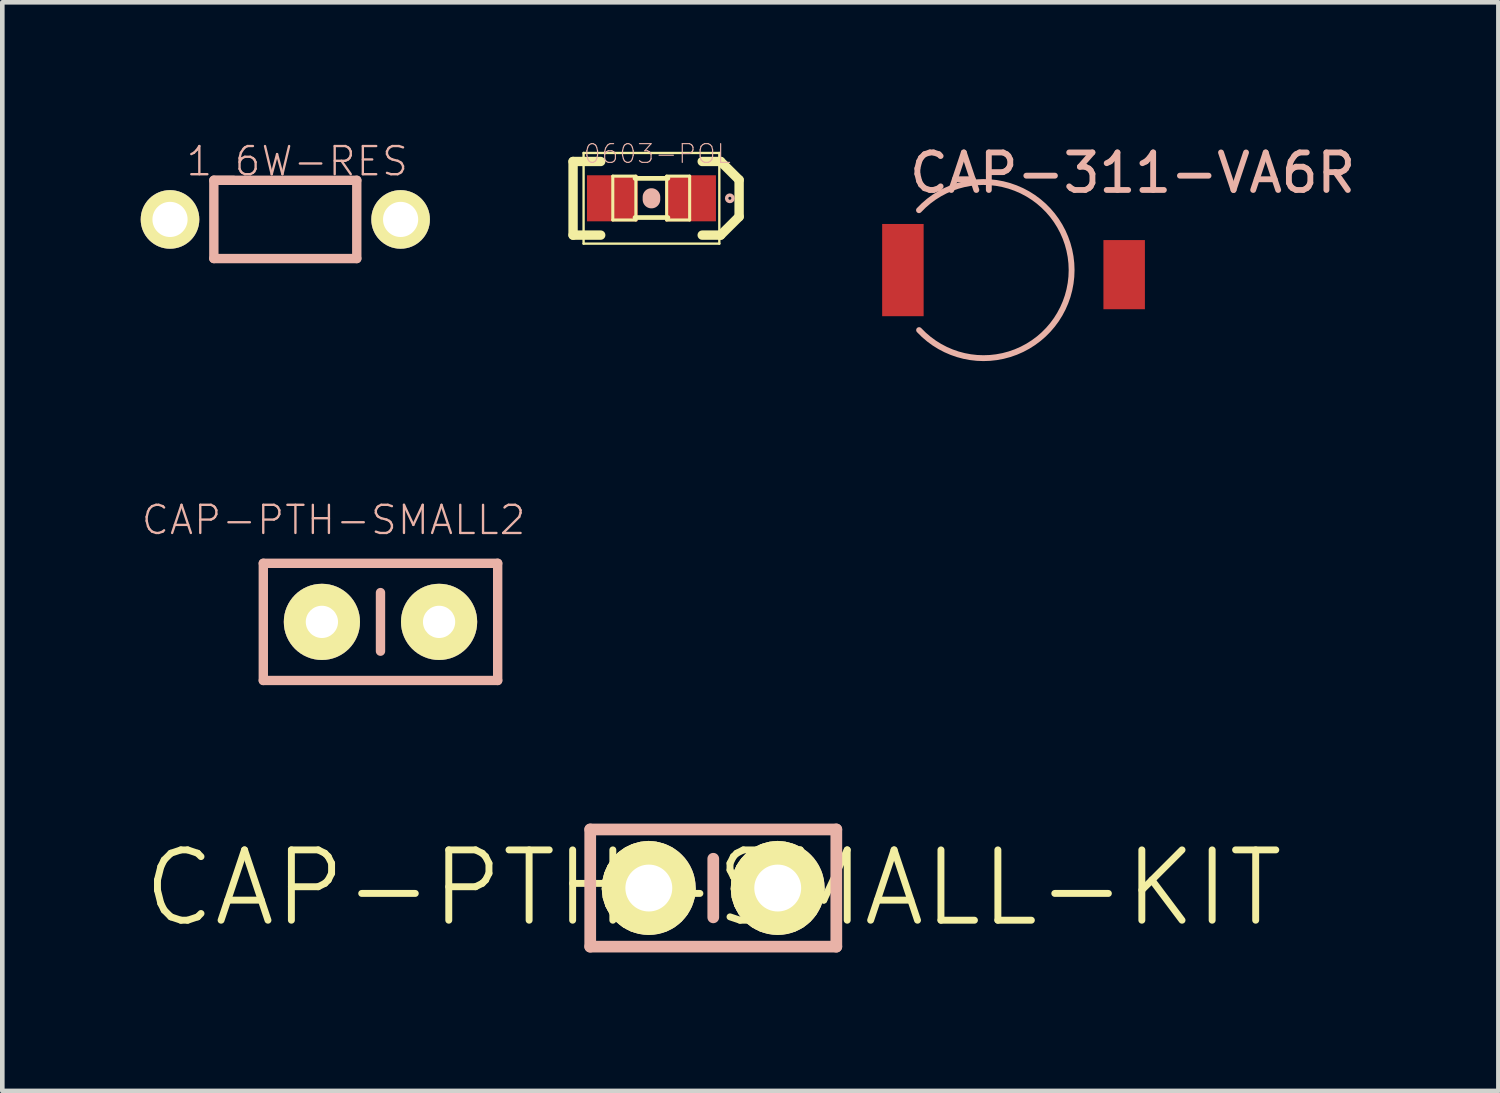
<source format=kicad_pcb>
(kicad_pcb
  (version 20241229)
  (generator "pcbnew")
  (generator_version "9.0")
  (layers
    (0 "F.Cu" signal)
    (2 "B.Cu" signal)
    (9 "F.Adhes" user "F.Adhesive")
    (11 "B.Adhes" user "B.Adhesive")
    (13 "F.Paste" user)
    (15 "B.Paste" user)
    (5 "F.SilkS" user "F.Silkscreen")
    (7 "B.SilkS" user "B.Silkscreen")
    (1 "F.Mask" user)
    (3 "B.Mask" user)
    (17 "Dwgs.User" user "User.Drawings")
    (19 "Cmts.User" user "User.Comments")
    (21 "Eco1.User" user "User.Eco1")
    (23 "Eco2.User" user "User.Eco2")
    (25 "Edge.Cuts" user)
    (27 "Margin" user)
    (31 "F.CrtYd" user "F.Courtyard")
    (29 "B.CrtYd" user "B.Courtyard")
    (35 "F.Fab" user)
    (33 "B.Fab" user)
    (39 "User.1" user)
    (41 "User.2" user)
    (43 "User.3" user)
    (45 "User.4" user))
  (footprint "CAP-311-VA6R"
    (layer "F.Cu")
    (at 18.268 2.804)
    (property "Reference" "CAP-311-VA6R" (at 3.231 -2.106 0) (layer "B.SilkS") (effects (font (size 0.813 0.813) (thickness 0.127))))
    (attr smd)
    (fp_arc (start -1.39954 -1.29794) (mid 1.908758 -0.0019) (end -1.396954 1.300723) (stroke (width 0.127) (type solid)) (layer "B.SilkS"))
    (pad "1" smd rect (at -1.748 0 90) (size 1.999 0.899) (layers "F.Cu" "F.Mask" "F.Paste"))
    (pad "2" smd rect (at 3.048 0.099 90) (size 1.499 0.899) (layers "F.Cu" "F.Mask" "F.Paste")))
  (footprint "1_6W-RES"
    (layer "F.Cu")
    (at 3.134 1.706)
    (property "Reference" "1_6W-RES" (at 0.257 -1.26 0) (layer "B.SilkS") (effects (font (size 0.61 0.61) (thickness 0.051))))
    (attr exclude_from_pos_files exclude_from_bom)
    (fp_line (start -1.549 -0.848) (end -1.549 0.848) (stroke (width 0.203) (type solid)) (layer "B.SilkS"))
    (fp_line (start -1.549 0.848) (end 1.549 0.848) (stroke (width 0.203) (type solid)) (layer "B.SilkS"))
    (fp_line (start 1.549 -0.848) (end -1.549 -0.848) (stroke (width 0.203) (type solid)) (layer "B.SilkS"))
    (fp_line (start 1.549 0.848) (end 1.549 -0.848) (stroke (width 0.203) (type solid)) (layer "B.SilkS"))
    (pad "1" thru_hole circle (at -2.499 0) (size 1.27 1.27) (drill 0.762) (layers "*.Cu" "F.Mask" "F.SilkS" "F.Paste"))
    (pad "2" thru_hole circle (at 2.499 0) (size 1.27 1.27) (drill 0.762) (layers "*.Cu" "F.Mask" "F.SilkS" "F.Paste")))
  (footprint "0603-POL"
    (layer "F.Cu")
    (at 11.07 1.248)
    (property "Reference" "0603-POL" (at 0.127 -0.965 0) (layer "B.SilkS") (effects (font (size 0.406 0.406) (thickness 0.025))))
    (attr smd)
    (fp_line (start -1.699 -0.798) (end -1.1 -0.798) (stroke (width 0.203) (type solid)) (layer "F.SilkS"))
    (fp_line (start -1.699 0.798) (end -1.699 -0.798) (stroke (width 0.203) (type solid)) (layer "F.SilkS"))
    (fp_line (start -1.471 -0.983) (end 1.471 -0.983) (stroke (width 0.051) (type solid)) (layer "F.SilkS"))
    (fp_line (start -1.471 0.983) (end -1.471 -0.983) (stroke (width 0.051) (type solid)) (layer "F.SilkS"))
    (fp_line (start -1.1 0.798) (end -1.699 0.798) (stroke (width 0.203) (type solid)) (layer "F.SilkS"))
    (fp_line (start -0.838 -0.48) (end -0.338 -0.48) (stroke (width 0.066) (type solid)) (layer "F.SilkS"))
    (fp_line (start -0.838 0.47) (end -0.838 -0.48) (stroke (width 0.066) (type solid)) (layer "F.SilkS"))
    (fp_line (start -0.838 0.47) (end -0.338 0.47) (stroke (width 0.066) (type solid)) (layer "F.SilkS"))
    (fp_line (start -0.356 -0.432) (end 0.356 -0.432) (stroke (width 0.102) (type solid)) (layer "F.SilkS"))
    (fp_line (start -0.356 0.417) (end 0.356 0.417) (stroke (width 0.102) (type solid)) (layer "F.SilkS"))
    (fp_line (start -0.338 0.47) (end -0.338 -0.48) (stroke (width 0.066) (type solid)) (layer "F.SilkS"))
    (fp_line (start 0.33 -0.48) (end 0.828 -0.48) (stroke (width 0.066) (type solid)) (layer "F.SilkS"))
    (fp_line (start 0.33 0.47) (end 0.33 -0.48) (stroke (width 0.066) (type solid)) (layer "F.SilkS"))
    (fp_line (start 0.33 0.47) (end 0.828 0.47) (stroke (width 0.066) (type solid)) (layer "F.SilkS"))
    (fp_line (start 0.828 0.47) (end 0.828 -0.48) (stroke (width 0.066) (type solid)) (layer "F.SilkS"))
    (fp_line (start 1.1 0.798) (end 1.499 0.798) (stroke (width 0.203) (type solid)) (layer "F.SilkS"))
    (fp_line (start 1.471 -0.983) (end 1.471 0.983) (stroke (width 0.051) (type solid)) (layer "F.SilkS"))
    (fp_line (start 1.471 0.983) (end -1.471 0.983) (stroke (width 0.051) (type solid)) (layer "F.SilkS"))
    (fp_line (start 1.499 -0.798) (end 1.1 -0.798) (stroke (width 0.203) (type solid)) (layer "F.SilkS"))
    (fp_line (start 1.499 0.798) (end 1.9 0.399) (stroke (width 0.203) (type solid)) (layer "F.SilkS"))
    (fp_line (start 1.9 -0.399) (end 1.499 -0.798) (stroke (width 0.203) (type solid)) (layer "F.SilkS"))
    (fp_line (start 1.9 0.399) (end 1.9 -0.399) (stroke (width 0.203) (type solid)) (layer "F.SilkS"))
    (fp_line (start 0 -0.028) (end 0 0.028) (stroke (width 0.381) (type solid)) (layer "B.SilkS"))
    (fp_circle (center 1.699 0) (end 1.722 0.023) (stroke (width 0.074) (type solid)) (fill no) (layer "B.SilkS"))
    (pad "A" smd rect (at 0.848 0) (size 1.1 0.998) (layers "F.Cu" "F.Mask" "F.Paste"))
    (pad "K" smd rect (at -0.848 0) (size 1.1 0.998) (layers "F.Cu" "F.Mask" "F.Paste")))
  (footprint "CAP-PTH-SMALL2"
    (layer "F.Cu")
    (at 3.927 10.429)
    (property "Reference" "CAP-PTH-SMALL2" (at 0.254 -2.207 0) (layer "B.SilkS") (effects (font (size 0.61 0.61) (thickness 0.051))))
    (attr exclude_from_pos_files exclude_from_bom)
    (fp_line (start -1.27 -1.27) (end 3.81 -1.27) (stroke (width 0.203) (type solid)) (layer "B.SilkS"))
    (fp_line (start -1.27 1.27) (end -1.27 -1.27) (stroke (width 0.203) (type solid)) (layer "B.SilkS"))
    (fp_line (start 1.27 -0.635) (end 1.27 0.635) (stroke (width 0.203) (type solid)) (layer "B.SilkS"))
    (fp_line (start 3.81 -1.27) (end 3.81 1.27) (stroke (width 0.203) (type solid)) (layer "B.SilkS"))
    (fp_line (start 3.81 1.27) (end -1.27 1.27) (stroke (width 0.203) (type solid)) (layer "B.SilkS"))
    (pad "1" thru_hole circle (at 0 0) (size 1.651 1.651) (drill 0.699) (layers "*.Cu" "F.Mask" "F.SilkS" "F.Paste"))
    (pad "2" thru_hole circle (at 2.54 0) (size 1.651 1.651) (drill 0.699) (layers "*.Cu" "F.Mask" "F.SilkS" "F.Paste")))
  (footprint "CAP-PTH-SMALL-KIT"
    (layer "F.Cu")
    (at 12.41 16.198)
    (property "Reference" "CAP-PTH-SMALL-KIT" (at 0 0 0) (layer "F.SilkS") (effects (font (size 1.524 1.524) (thickness 0.15))))
    (attr exclude_from_pos_files exclude_from_bom)
    (fp_line (start -2.355 0.018) (end -2.342 -0.147) (stroke (width 0.127) (type solid)) (layer "F.SilkS"))
    (fp_line (start -2.342 -0.147) (end -2.301 -0.312) (stroke (width 0.127) (type solid)) (layer "F.SilkS"))
    (fp_line (start -2.334 0.201) (end -2.355 0.018) (stroke (width 0.127) (type solid)) (layer "F.SilkS"))
    (fp_line (start -2.301 -0.312) (end -2.233 -0.465) (stroke (width 0.127) (type solid)) (layer "F.SilkS"))
    (fp_line (start -2.278 0.376) (end -2.334 0.201) (stroke (width 0.127) (type solid)) (layer "F.SilkS"))
    (fp_line (start -2.233 -0.465) (end -2.139 -0.602) (stroke (width 0.127) (type solid)) (layer "F.SilkS"))
    (fp_line (start -2.189 0.538) (end -2.278 0.376) (stroke (width 0.127) (type solid)) (layer "F.SilkS"))
    (fp_line (start -2.139 -0.602) (end -2.019 -0.724) (stroke (width 0.127) (type solid)) (layer "F.SilkS"))
    (fp_line (start -2.07 0.678) (end -2.189 0.538) (stroke (width 0.127) (type solid)) (layer "F.SilkS"))
    (fp_line (start -2.019 -0.724) (end -1.885 -0.82) (stroke (width 0.127) (type solid)) (layer "F.SilkS"))
    (fp_line (start -1.925 0.795) (end -2.07 0.678) (stroke (width 0.127) (type solid)) (layer "F.SilkS"))
    (fp_line (start -1.885 -0.82) (end -1.732 -0.894) (stroke (width 0.127) (type solid)) (layer "F.SilkS"))
    (fp_line (start -1.847 0.015) (end -1.839 -0.086) (stroke (width 0.127) (type solid)) (layer "F.SilkS"))
    (fp_line (start -1.839 -0.086) (end -1.808 -0.183) (stroke (width 0.127) (type solid)) (layer "F.SilkS"))
    (fp_line (start -1.834 0.109) (end -1.847 0.015) (stroke (width 0.127) (type solid)) (layer "F.SilkS"))
    (fp_line (start -1.808 -0.183) (end -1.755 -0.269) (stroke (width 0.127) (type solid)) (layer "F.SilkS"))
    (fp_line (start -1.801 0.201) (end -1.834 0.109) (stroke (width 0.127) (type solid)) (layer "F.SilkS"))
    (fp_line (start -1.763 0.879) (end -1.925 0.795) (stroke (width 0.127) (type solid)) (layer "F.SilkS"))
    (fp_line (start -1.755 -0.269) (end -1.684 -0.343) (stroke (width 0.127) (type solid)) (layer "F.SilkS"))
    (fp_line (start -1.748 0.282) (end -1.801 0.201) (stroke (width 0.127) (type solid)) (layer "F.SilkS"))
    (fp_line (start -1.732 -0.894) (end -1.57 -0.94) (stroke (width 0.127) (type solid)) (layer "F.SilkS"))
    (fp_line (start -1.684 -0.343) (end -1.6 -0.401) (stroke (width 0.127) (type solid)) (layer "F.SilkS"))
    (fp_line (start -1.676 0.351) (end -1.748 0.282) (stroke (width 0.127) (type solid)) (layer "F.SilkS"))
    (fp_line (start -1.6 -0.401) (end -1.504 -0.437) (stroke (width 0.127) (type solid)) (layer "F.SilkS"))
    (fp_line (start -1.593 0.399) (end -1.676 0.351) (stroke (width 0.127) (type solid)) (layer "F.SilkS"))
    (fp_line (start -1.585 0.93) (end -1.763 0.879) (stroke (width 0.127) (type solid)) (layer "F.SilkS"))
    (fp_line (start -1.57 -0.94) (end -1.402 -0.958) (stroke (width 0.127) (type solid)) (layer "F.SilkS"))
    (fp_line (start -1.504 -0.437) (end -1.402 -0.45) (stroke (width 0.127) (type solid)) (layer "F.SilkS"))
    (fp_line (start -1.501 0.429) (end -1.593 0.399) (stroke (width 0.127) (type solid)) (layer "F.SilkS"))
    (fp_line (start -1.402 -0.958) (end -1.237 -0.94) (stroke (width 0.127) (type solid)) (layer "F.SilkS"))
    (fp_line (start -1.402 -0.45) (end -1.303 -0.437) (stroke (width 0.127) (type solid)) (layer "F.SilkS"))
    (fp_line (start -1.402 0.439) (end -1.501 0.429) (stroke (width 0.127) (type solid)) (layer "F.SilkS"))
    (fp_line (start -1.402 0.947) (end -1.585 0.93) (stroke (width 0.127) (type solid)) (layer "F.SilkS"))
    (fp_line (start -1.306 0.429) (end -1.402 0.439) (stroke (width 0.127) (type solid)) (layer "F.SilkS"))
    (fp_line (start -1.303 -0.437) (end -1.209 -0.404) (stroke (width 0.127) (type solid)) (layer "F.SilkS"))
    (fp_line (start -1.237 -0.94) (end -1.074 -0.894) (stroke (width 0.127) (type solid)) (layer "F.SilkS"))
    (fp_line (start -1.217 0.93) (end -1.402 0.947) (stroke (width 0.127) (type solid)) (layer "F.SilkS"))
    (fp_line (start -1.212 0.396) (end -1.306 0.429) (stroke (width 0.127) (type solid)) (layer "F.SilkS"))
    (fp_line (start -1.209 -0.404) (end -1.125 -0.348) (stroke (width 0.127) (type solid)) (layer "F.SilkS"))
    (fp_line (start -1.13 0.345) (end -1.212 0.396) (stroke (width 0.127) (type solid)) (layer "F.SilkS"))
    (fp_line (start -1.125 -0.348) (end -1.054 -0.274) (stroke (width 0.127) (type solid)) (layer "F.SilkS"))
    (fp_line (start -1.074 -0.894) (end -0.922 -0.82) (stroke (width 0.127) (type solid)) (layer "F.SilkS"))
    (fp_line (start -1.059 0.277) (end -1.13 0.345) (stroke (width 0.127) (type solid)) (layer "F.SilkS"))
    (fp_line (start -1.054 -0.274) (end -1.003 -0.191) (stroke (width 0.127) (type solid)) (layer "F.SilkS"))
    (fp_line (start -1.041 0.879) (end -1.217 0.93) (stroke (width 0.127) (type solid)) (layer "F.SilkS"))
    (fp_line (start -1.006 0.193) (end -1.059 0.277) (stroke (width 0.127) (type solid)) (layer "F.SilkS"))
    (fp_line (start -1.003 -0.191) (end -0.97 -0.094) (stroke (width 0.127) (type solid)) (layer "F.SilkS"))
    (fp_line (start -0.973 0.102) (end -1.006 0.193) (stroke (width 0.127) (type solid)) (layer "F.SilkS"))
    (fp_line (start -0.97 -0.094) (end -0.963 0.005) (stroke (width 0.127) (type solid)) (layer "F.SilkS"))
    (fp_line (start -0.963 0.005) (end -0.973 0.102) (stroke (width 0.127) (type solid)) (layer "F.SilkS"))
    (fp_line (start -0.922 -0.82) (end -0.787 -0.721) (stroke (width 0.127) (type solid)) (layer "F.SilkS"))
    (fp_line (start -0.879 0.795) (end -1.041 0.879) (stroke (width 0.127) (type solid)) (layer "F.SilkS"))
    (fp_line (start -0.787 -0.721) (end -0.671 -0.602) (stroke (width 0.127) (type solid)) (layer "F.SilkS"))
    (fp_line (start -0.734 0.678) (end -0.879 0.795) (stroke (width 0.127) (type solid)) (layer "F.SilkS"))
    (fp_line (start -0.671 -0.602) (end -0.577 -0.462) (stroke (width 0.127) (type solid)) (layer "F.SilkS"))
    (fp_line (start -0.617 0.538) (end -0.734 0.678) (stroke (width 0.127) (type solid)) (layer "F.SilkS"))
    (fp_line (start -0.577 -0.462) (end -0.505 -0.31) (stroke (width 0.127) (type solid)) (layer "F.SilkS"))
    (fp_line (start -0.528 0.376) (end -0.617 0.538) (stroke (width 0.127) (type solid)) (layer "F.SilkS"))
    (fp_line (start -0.505 -0.31) (end -0.465 -0.145) (stroke (width 0.127) (type solid)) (layer "F.SilkS"))
    (fp_line (start -0.472 0.201) (end -0.528 0.376) (stroke (width 0.127) (type solid)) (layer "F.SilkS"))
    (fp_line (start -0.465 -0.145) (end -0.452 0.02) (stroke (width 0.127) (type solid)) (layer "F.SilkS"))
    (fp_line (start -0.452 0.02) (end -0.472 0.201) (stroke (width 0.127) (type solid)) (layer "F.SilkS"))
    (fp_line (start 0.442 0.018) (end 0.455 -0.147) (stroke (width 0.127) (type solid)) (layer "F.SilkS"))
    (fp_line (start 0.455 -0.147) (end 0.495 -0.312) (stroke (width 0.127) (type solid)) (layer "F.SilkS"))
    (fp_line (start 0.462 0.201) (end 0.442 0.018) (stroke (width 0.127) (type solid)) (layer "F.SilkS"))
    (fp_line (start 0.495 -0.312) (end 0.564 -0.465) (stroke (width 0.127) (type solid)) (layer "F.SilkS"))
    (fp_line (start 0.518 0.376) (end 0.462 0.201) (stroke (width 0.127) (type solid)) (layer "F.SilkS"))
    (fp_line (start 0.564 -0.465) (end 0.658 -0.602) (stroke (width 0.127) (type solid)) (layer "F.SilkS"))
    (fp_line (start 0.607 0.538) (end 0.518 0.376) (stroke (width 0.127) (type solid)) (layer "F.SilkS"))
    (fp_line (start 0.658 -0.602) (end 0.777 -0.724) (stroke (width 0.127) (type solid)) (layer "F.SilkS"))
    (fp_line (start 0.726 0.678) (end 0.607 0.538) (stroke (width 0.127) (type solid)) (layer "F.SilkS"))
    (fp_line (start 0.777 -0.724) (end 0.912 -0.82) (stroke (width 0.127) (type solid)) (layer "F.SilkS"))
    (fp_line (start 0.871 0.795) (end 0.726 0.678) (stroke (width 0.127) (type solid)) (layer "F.SilkS"))
    (fp_line (start 0.912 -0.82) (end 1.064 -0.894) (stroke (width 0.127) (type solid)) (layer "F.SilkS"))
    (fp_line (start 0.95 0.015) (end 0.958 -0.086) (stroke (width 0.127) (type solid)) (layer "F.SilkS"))
    (fp_line (start 0.958 -0.086) (end 0.988 -0.183) (stroke (width 0.127) (type solid)) (layer "F.SilkS"))
    (fp_line (start 0.963 0.109) (end 0.95 0.015) (stroke (width 0.127) (type solid)) (layer "F.SilkS"))
    (fp_line (start 0.988 -0.183) (end 1.041 -0.269) (stroke (width 0.127) (type solid)) (layer "F.SilkS"))
    (fp_line (start 0.996 0.201) (end 0.963 0.109) (stroke (width 0.127) (type solid)) (layer "F.SilkS"))
    (fp_line (start 1.034 0.879) (end 0.871 0.795) (stroke (width 0.127) (type solid)) (layer "F.SilkS"))
    (fp_line (start 1.041 -0.269) (end 1.113 -0.343) (stroke (width 0.127) (type solid)) (layer "F.SilkS"))
    (fp_line (start 1.049 0.282) (end 0.996 0.201) (stroke (width 0.127) (type solid)) (layer "F.SilkS"))
    (fp_line (start 1.064 -0.894) (end 1.227 -0.94) (stroke (width 0.127) (type solid)) (layer "F.SilkS"))
    (fp_line (start 1.113 -0.343) (end 1.196 -0.401) (stroke (width 0.127) (type solid)) (layer "F.SilkS"))
    (fp_line (start 1.12 0.351) (end 1.049 0.282) (stroke (width 0.127) (type solid)) (layer "F.SilkS"))
    (fp_line (start 1.196 -0.401) (end 1.293 -0.437) (stroke (width 0.127) (type solid)) (layer "F.SilkS"))
    (fp_line (start 1.204 0.399) (end 1.12 0.351) (stroke (width 0.127) (type solid)) (layer "F.SilkS"))
    (fp_line (start 1.212 0.93) (end 1.034 0.879) (stroke (width 0.127) (type solid)) (layer "F.SilkS"))
    (fp_line (start 1.227 -0.94) (end 1.394 -0.958) (stroke (width 0.127) (type solid)) (layer "F.SilkS"))
    (fp_line (start 1.293 -0.437) (end 1.394 -0.45) (stroke (width 0.127) (type solid)) (layer "F.SilkS"))
    (fp_line (start 1.295 0.429) (end 1.204 0.399) (stroke (width 0.127) (type solid)) (layer "F.SilkS"))
    (fp_line (start 1.394 -0.958) (end 1.56 -0.94) (stroke (width 0.127) (type solid)) (layer "F.SilkS"))
    (fp_line (start 1.394 -0.45) (end 1.494 -0.437) (stroke (width 0.127) (type solid)) (layer "F.SilkS"))
    (fp_line (start 1.394 0.439) (end 1.295 0.429) (stroke (width 0.127) (type solid)) (layer "F.SilkS"))
    (fp_line (start 1.397 0.947) (end 1.212 0.93) (stroke (width 0.127) (type solid)) (layer "F.SilkS"))
    (fp_line (start 1.491 0.429) (end 1.394 0.439) (stroke (width 0.127) (type solid)) (layer "F.SilkS"))
    (fp_line (start 1.494 -0.437) (end 1.587 -0.404) (stroke (width 0.127) (type solid)) (layer "F.SilkS"))
    (fp_line (start 1.56 -0.94) (end 1.722 -0.894) (stroke (width 0.127) (type solid)) (layer "F.SilkS"))
    (fp_line (start 1.58 0.93) (end 1.397 0.947) (stroke (width 0.127) (type solid)) (layer "F.SilkS"))
    (fp_line (start 1.585 0.396) (end 1.491 0.429) (stroke (width 0.127) (type solid)) (layer "F.SilkS"))
    (fp_line (start 1.587 -0.404) (end 1.671 -0.348) (stroke (width 0.127) (type solid)) (layer "F.SilkS"))
    (fp_line (start 1.666 0.345) (end 1.585 0.396) (stroke (width 0.127) (type solid)) (layer "F.SilkS"))
    (fp_line (start 1.671 -0.348) (end 1.742 -0.274) (stroke (width 0.127) (type solid)) (layer "F.SilkS"))
    (fp_line (start 1.722 -0.894) (end 1.875 -0.82) (stroke (width 0.127) (type solid)) (layer "F.SilkS"))
    (fp_line (start 1.737 0.277) (end 1.666 0.345) (stroke (width 0.127) (type solid)) (layer "F.SilkS"))
    (fp_line (start 1.742 -0.274) (end 1.793 -0.191) (stroke (width 0.127) (type solid)) (layer "F.SilkS"))
    (fp_line (start 1.755 0.879) (end 1.58 0.93) (stroke (width 0.127) (type solid)) (layer "F.SilkS"))
    (fp_line (start 1.791 0.193) (end 1.737 0.277) (stroke (width 0.127) (type solid)) (layer "F.SilkS"))
    (fp_line (start 1.793 -0.191) (end 1.826 -0.094) (stroke (width 0.127) (type solid)) (layer "F.SilkS"))
    (fp_line (start 1.824 0.102) (end 1.791 0.193) (stroke (width 0.127) (type solid)) (layer "F.SilkS"))
    (fp_line (start 1.826 -0.094) (end 1.834 0.005) (stroke (width 0.127) (type solid)) (layer "F.SilkS"))
    (fp_line (start 1.834 0.005) (end 1.824 0.102) (stroke (width 0.127) (type solid)) (layer "F.SilkS"))
    (fp_line (start 1.875 -0.82) (end 2.009 -0.721) (stroke (width 0.127) (type solid)) (layer "F.SilkS"))
    (fp_line (start 1.918 0.795) (end 1.755 0.879) (stroke (width 0.127) (type solid)) (layer "F.SilkS"))
    (fp_line (start 2.009 -0.721) (end 2.126 -0.602) (stroke (width 0.127) (type solid)) (layer "F.SilkS"))
    (fp_line (start 2.062 0.678) (end 1.918 0.795) (stroke (width 0.127) (type solid)) (layer "F.SilkS"))
    (fp_line (start 2.126 -0.602) (end 2.22 -0.462) (stroke (width 0.127) (type solid)) (layer "F.SilkS"))
    (fp_line (start 2.179 0.538) (end 2.062 0.678) (stroke (width 0.127) (type solid)) (layer "F.SilkS"))
    (fp_line (start 2.22 -0.462) (end 2.291 -0.31) (stroke (width 0.127) (type solid)) (layer "F.SilkS"))
    (fp_line (start 2.268 0.376) (end 2.179 0.538) (stroke (width 0.127) (type solid)) (layer "F.SilkS"))
    (fp_line (start 2.291 -0.31) (end 2.332 -0.145) (stroke (width 0.127) (type solid)) (layer "F.SilkS"))
    (fp_line (start 2.324 0.201) (end 2.268 0.376) (stroke (width 0.127) (type solid)) (layer "F.SilkS"))
    (fp_line (start 2.332 -0.145) (end 2.344 0.02) (stroke (width 0.127) (type solid)) (layer "F.SilkS"))
    (fp_line (start 2.344 0.02) (end 2.324 0.201) (stroke (width 0.127) (type solid)) (layer "F.SilkS"))
    (fp_line (start -2.667 -1.27) (end 2.667 -1.27) (stroke (width 0.254) (type solid)) (layer "B.SilkS"))
    (fp_line (start -2.667 1.27) (end -2.667 -1.27) (stroke (width 0.254) (type solid)) (layer "B.SilkS"))
    (fp_line (start 0 -0.635) (end 0 0.635) (stroke (width 0.254) (type solid)) (layer "B.SilkS"))
    (fp_line (start 2.667 -1.27) (end 2.667 1.27) (stroke (width 0.254) (type solid)) (layer "B.SilkS"))
    (fp_line (start 2.667 1.27) (end -2.667 1.27) (stroke (width 0.254) (type solid)) (layer "B.SilkS"))
    (pad "1" thru_hole circle (at -1.397 0) (size 2.032 2.032) (drill 1.016) (layers "*.Cu" "F.Mask" "F.SilkS" "F.Paste"))
    (pad "2" thru_hole circle (at 1.397 0) (size 2.032 2.032) (drill 1.016) (layers "*.Cu" "F.Mask" "F.SilkS" "F.Paste")))
  (gr_rect
    (start -3 -3)
    (end 29.427 20.595)
    (stroke (width 0.1) (type default))
    (fill no)
    (layer "Edge.Cuts")))
</source>
